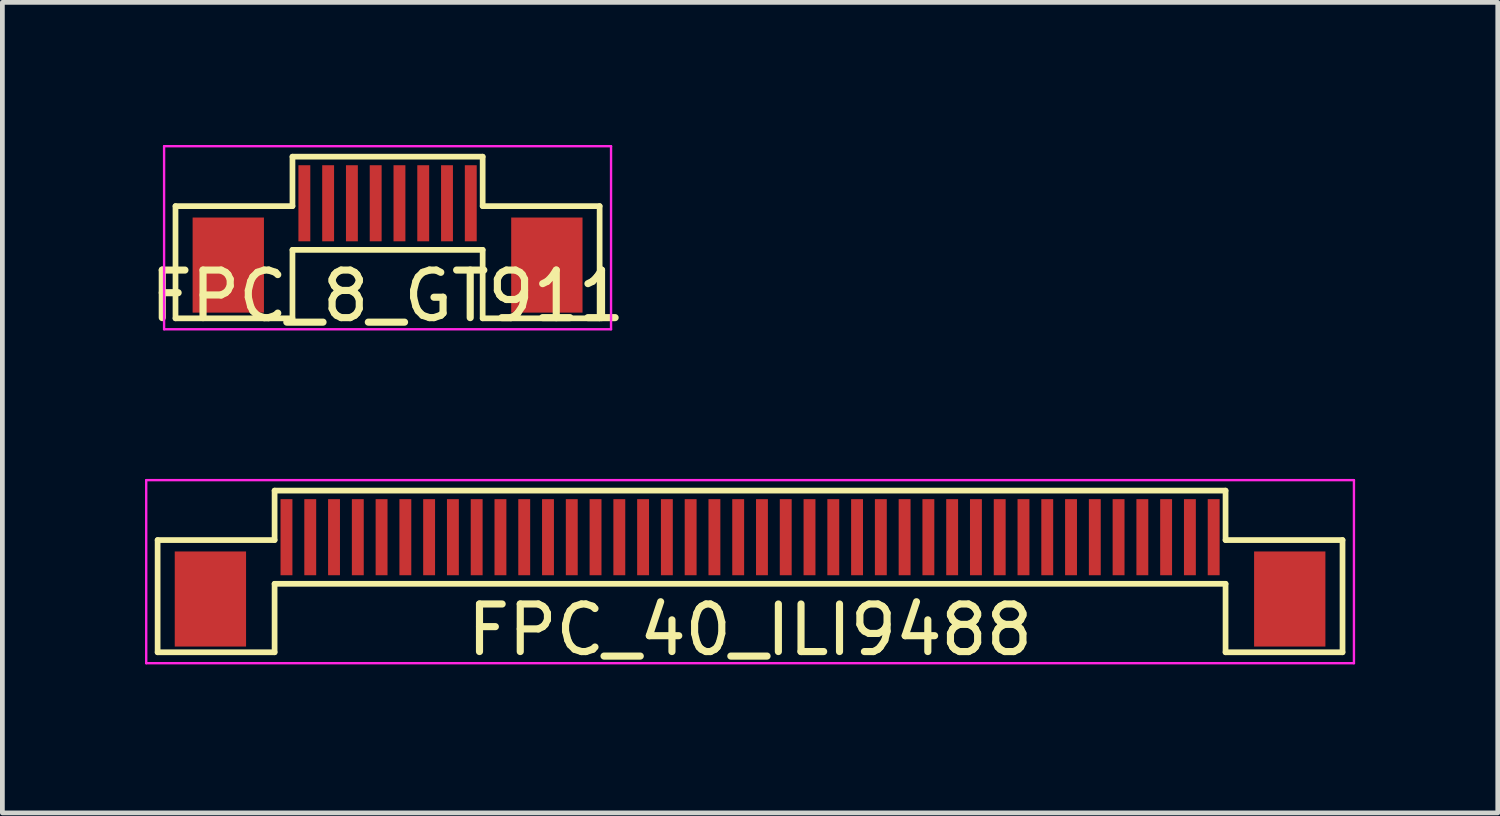
<source format=kicad_pcb>
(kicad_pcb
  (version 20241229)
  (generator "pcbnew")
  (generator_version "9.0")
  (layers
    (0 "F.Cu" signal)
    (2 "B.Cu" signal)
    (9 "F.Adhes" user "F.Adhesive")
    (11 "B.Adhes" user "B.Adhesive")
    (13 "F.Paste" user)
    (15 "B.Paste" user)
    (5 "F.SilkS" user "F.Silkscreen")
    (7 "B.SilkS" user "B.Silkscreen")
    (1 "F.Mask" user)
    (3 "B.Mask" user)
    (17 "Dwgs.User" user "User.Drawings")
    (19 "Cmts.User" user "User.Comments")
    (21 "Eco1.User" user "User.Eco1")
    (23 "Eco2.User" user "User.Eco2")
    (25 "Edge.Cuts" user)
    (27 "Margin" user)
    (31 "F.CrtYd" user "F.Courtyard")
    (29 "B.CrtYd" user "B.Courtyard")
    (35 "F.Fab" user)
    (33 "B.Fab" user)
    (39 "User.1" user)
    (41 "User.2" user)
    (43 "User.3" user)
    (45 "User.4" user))
  (footprint "FPC_8_GT911"
    (layer "F.Cu")
    (at 5.101 1.225)
    (property "Reference" "FPC_8_GT911" (at 0 1.95 0) (layer "F.SilkS") (effects (font (size 1 1) (thickness 0.15))))
    (attr smd)
    (fp_line (start -4.46 0.06) (end -2 0.06) (stroke (width 0.12) (type default)) (layer "F.SilkS"))
    (fp_line (start -4.46 2.42) (end -4.46 0.06) (stroke (width 0.12) (type default)) (layer "F.SilkS"))
    (fp_line (start -2 -0.98) (end 2 -0.98) (stroke (width 0.12) (type default)) (layer "F.SilkS"))
    (fp_line (start -2 0.06) (end -2 -0.98) (stroke (width 0.12) (type default)) (layer "F.SilkS"))
    (fp_line (start -2 0.98) (end -2 2.42) (stroke (width 0.12) (type default)) (layer "F.SilkS"))
    (fp_line (start -2 0.98) (end 2 0.98) (stroke (width 0.12) (type default)) (layer "F.SilkS"))
    (fp_line (start -2 2.42) (end -4.46 2.42) (stroke (width 0.12) (type default)) (layer "F.SilkS"))
    (fp_line (start 2 0.06) (end 2 -0.98) (stroke (width 0.12) (type default)) (layer "F.SilkS"))
    (fp_line (start 2 0.98) (end 2 2.42) (stroke (width 0.12) (type default)) (layer "F.SilkS"))
    (fp_line (start 2 2.42) (end 4.46 2.42) (stroke (width 0.12) (type default)) (layer "F.SilkS"))
    (fp_line (start 4.46 0.06) (end 2 0.06) (stroke (width 0.12) (type default)) (layer "F.SilkS"))
    (fp_line (start 4.46 2.42) (end 4.46 0.06) (stroke (width 0.12) (type default)) (layer "F.SilkS"))
    (fp_line (start -4.7 -1.2) (end -4.7 2.65) (stroke (width 0.05) (type default)) (layer "F.CrtYd"))
    (fp_line (start -4.7 -1.2) (end 4.7 -1.2) (stroke (width 0.05) (type default)) (layer "F.CrtYd"))
    (fp_line (start -4.7 2.65) (end 4.7 2.65) (stroke (width 0.05) (type default)) (layer "F.CrtYd"))
    (fp_line (start 4.7 -1.2) (end 4.7 2.65) (stroke (width 0.05) (type default)) (layer "F.CrtYd"))
    (pad "0" smd rect (at -3.35 1.3) (size 1.5 2) (layers "F.Cu" "F.Mask" "F.Paste"))
    (pad "0" smd rect (at 3.35 1.3) (size 1.5 2) (layers "F.Cu" "F.Mask" "F.Paste"))
    (pad "1" smd rect (at -1.75 0) (size 0.25 1.6) (layers "F.Cu" "F.Mask" "F.Paste"))
    (pad "2" smd rect (at -1.25 0) (size 0.25 1.6) (layers "F.Cu" "F.Mask" "F.Paste"))
    (pad "3" smd rect (at -0.75 0) (size 0.25 1.6) (layers "F.Cu" "F.Mask" "F.Paste"))
    (pad "4" smd rect (at -0.25 0) (size 0.25 1.6) (layers "F.Cu" "F.Mask" "F.Paste"))
    (pad "5" smd rect (at 0.25 0) (size 0.25 1.6) (layers "F.Cu" "F.Mask" "F.Paste"))
    (pad "6" smd rect (at 0.75 0) (size 0.25 1.6) (layers "F.Cu" "F.Mask" "F.Paste"))
    (pad "7" smd rect (at 1.25 0) (size 0.25 1.6) (layers "F.Cu" "F.Mask" "F.Paste"))
    (pad "8" smd rect (at 1.75 0) (size 0.25 1.6) (layers "F.Cu" "F.Mask" "F.Paste")))
  (footprint "FPC_40_ILI9488"
    (layer "F.Cu")
    (at 12.725 8.248)
    (property "Reference" "FPC_40_ILI9488" (at 0 1.95 0) (layer "F.SilkS") (effects (font (size 1 1) (thickness 0.15))))
    (attr smd)
    (fp_line (start -12.46 0.06) (end -10 0.06) (stroke (width 0.12) (type default)) (layer "F.SilkS"))
    (fp_line (start -12.46 2.42) (end -12.46 0.06) (stroke (width 0.12) (type default)) (layer "F.SilkS"))
    (fp_line (start -10 0.06) (end -10 -0.98) (stroke (width 0.12) (type default)) (layer "F.SilkS"))
    (fp_line (start -10 0.98) (end -10 2.42) (stroke (width 0.12) (type default)) (layer "F.SilkS"))
    (fp_line (start -10 2.42) (end -12.46 2.42) (stroke (width 0.12) (type default)) (layer "F.SilkS"))
    (fp_line (start 10 -0.98) (end -10 -0.98) (stroke (width 0.12) (type default)) (layer "F.SilkS"))
    (fp_line (start 10 0.06) (end 10 -0.98) (stroke (width 0.12) (type default)) (layer "F.SilkS"))
    (fp_line (start 10 0.98) (end -10 0.98) (stroke (width 0.12) (type default)) (layer "F.SilkS"))
    (fp_line (start 10 0.98) (end 10 2.42) (stroke (width 0.12) (type default)) (layer "F.SilkS"))
    (fp_line (start 10 2.42) (end 12.46 2.42) (stroke (width 0.12) (type default)) (layer "F.SilkS"))
    (fp_line (start 12.46 0.06) (end 10 0.06) (stroke (width 0.12) (type default)) (layer "F.SilkS"))
    (fp_line (start 12.46 2.42) (end 12.46 0.06) (stroke (width 0.12) (type default)) (layer "F.SilkS"))
    (fp_line (start -12.7 -1.2) (end -12.7 2.65) (stroke (width 0.05) (type default)) (layer "F.CrtYd"))
    (fp_line (start 12.7 -1.2) (end -12.7 -1.2) (stroke (width 0.05) (type default)) (layer "F.CrtYd"))
    (fp_line (start 12.7 -1.2) (end 12.7 2.65) (stroke (width 0.05) (type default)) (layer "F.CrtYd"))
    (fp_line (start 12.7 2.65) (end -12.7 2.65) (stroke (width 0.05) (type default)) (layer "F.CrtYd"))
    (pad "0" smd rect (at -11.35 1.3) (size 1.5 2) (layers "F.Cu" "F.Mask" "F.Paste"))
    (pad "0" smd rect (at 11.35 1.3) (size 1.5 2) (layers "F.Cu" "F.Mask" "F.Paste"))
    (pad "1" smd rect (at 9.75 0) (size 0.25 1.6) (layers "F.Cu" "F.Mask" "F.Paste"))
    (pad "2" smd rect (at 9.25 0) (size 0.25 1.6) (layers "F.Cu" "F.Mask" "F.Paste"))
    (pad "3" smd rect (at 8.75 0) (size 0.25 1.6) (layers "F.Cu" "F.Mask" "F.Paste"))
    (pad "4" smd rect (at 8.25 0) (size 0.25 1.6) (layers "F.Cu" "F.Mask" "F.Paste"))
    (pad "5" smd rect (at 7.75 0) (size 0.25 1.6) (layers "F.Cu" "F.Mask" "F.Paste"))
    (pad "6" smd rect (at 7.25 0) (size 0.25 1.6) (layers "F.Cu" "F.Mask" "F.Paste"))
    (pad "7" smd rect (at 6.75 0) (size 0.25 1.6) (layers "F.Cu" "F.Mask" "F.Paste"))
    (pad "8" smd rect (at 6.25 0) (size 0.25 1.6) (layers "F.Cu" "F.Mask" "F.Paste"))
    (pad "9" smd rect (at 5.75 0) (size 0.25 1.6) (layers "F.Cu" "F.Mask" "F.Paste"))
    (pad "10" smd rect (at 5.25 0) (size 0.25 1.6) (layers "F.Cu" "F.Mask" "F.Paste"))
    (pad "11" smd rect (at 4.75 0) (size 0.25 1.6) (layers "F.Cu" "F.Mask" "F.Paste"))
    (pad "12" smd rect (at 4.25 0) (size 0.25 1.6) (layers "F.Cu" "F.Mask" "F.Paste"))
    (pad "13" smd rect (at 3.75 0) (size 0.25 1.6) (layers "F.Cu" "F.Mask" "F.Paste"))
    (pad "14" smd rect (at 3.25 0) (size 0.25 1.6) (layers "F.Cu" "F.Mask" "F.Paste"))
    (pad "15" smd rect (at 2.75 0) (size 0.25 1.6) (layers "F.Cu" "F.Mask" "F.Paste"))
    (pad "16" smd rect (at 2.25 0) (size 0.25 1.6) (layers "F.Cu" "F.Mask" "F.Paste"))
    (pad "17" smd rect (at 1.75 0) (size 0.25 1.6) (layers "F.Cu" "F.Mask" "F.Paste"))
    (pad "18" smd rect (at 1.25 0) (size 0.25 1.6) (layers "F.Cu" "F.Mask" "F.Paste"))
    (pad "19" smd rect (at 0.75 0) (size 0.25 1.6) (layers "F.Cu" "F.Mask" "F.Paste"))
    (pad "20" smd rect (at 0.25 0) (size 0.25 1.6) (layers "F.Cu" "F.Mask" "F.Paste"))
    (pad "21" smd rect (at -0.25 0) (size 0.25 1.6) (layers "F.Cu" "F.Mask" "F.Paste"))
    (pad "22" smd rect (at -0.75 0) (size 0.25 1.6) (layers "F.Cu" "F.Mask" "F.Paste"))
    (pad "23" smd rect (at -1.25 0) (size 0.25 1.6) (layers "F.Cu" "F.Mask" "F.Paste"))
    (pad "24" smd rect (at -1.75 0) (size 0.25 1.6) (layers "F.Cu" "F.Mask" "F.Paste"))
    (pad "25" smd rect (at -2.25 0) (size 0.25 1.6) (layers "F.Cu" "F.Mask" "F.Paste"))
    (pad "26" smd rect (at -2.75 0) (size 0.25 1.6) (layers "F.Cu" "F.Mask" "F.Paste"))
    (pad "27" smd rect (at -3.25 0) (size 0.25 1.6) (layers "F.Cu" "F.Mask" "F.Paste"))
    (pad "28" smd rect (at -3.75 0) (size 0.25 1.6) (layers "F.Cu" "F.Mask" "F.Paste"))
    (pad "29" smd rect (at -4.25 0) (size 0.25 1.6) (layers "F.Cu" "F.Mask" "F.Paste"))
    (pad "30" smd rect (at -4.75 0) (size 0.25 1.6) (layers "F.Cu" "F.Mask" "F.Paste"))
    (pad "31" smd rect (at -5.25 0) (size 0.25 1.6) (layers "F.Cu" "F.Mask" "F.Paste"))
    (pad "32" smd rect (at -5.75 0) (size 0.25 1.6) (layers "F.Cu" "F.Mask" "F.Paste"))
    (pad "33" smd rect (at -6.25 0) (size 0.25 1.6) (layers "F.Cu" "F.Mask" "F.Paste"))
    (pad "34" smd rect (at -6.75 0) (size 0.25 1.6) (layers "F.Cu" "F.Mask" "F.Paste"))
    (pad "35" smd rect (at -7.25 0) (size 0.25 1.6) (layers "F.Cu" "F.Mask" "F.Paste"))
    (pad "36" smd rect (at -7.75 0) (size 0.25 1.6) (layers "F.Cu" "F.Mask" "F.Paste"))
    (pad "37" smd rect (at -8.25 0) (size 0.25 1.6) (layers "F.Cu" "F.Mask" "F.Paste"))
    (pad "38" smd rect (at -8.75 0) (size 0.25 1.6) (layers "F.Cu" "F.Mask" "F.Paste"))
    (pad "39" smd rect (at -9.25 0) (size 0.25 1.6) (layers "F.Cu" "F.Mask" "F.Paste"))
    (pad "40" smd rect (at -9.75 0) (size 0.25 1.6) (layers "F.Cu" "F.Mask" "F.Paste")))
  (gr_rect
    (start -3 -3)
    (end 28.45 14.046)
    (stroke (width 0.1) (type default))
    (fill no)
    (layer "Edge.Cuts")))
</source>
